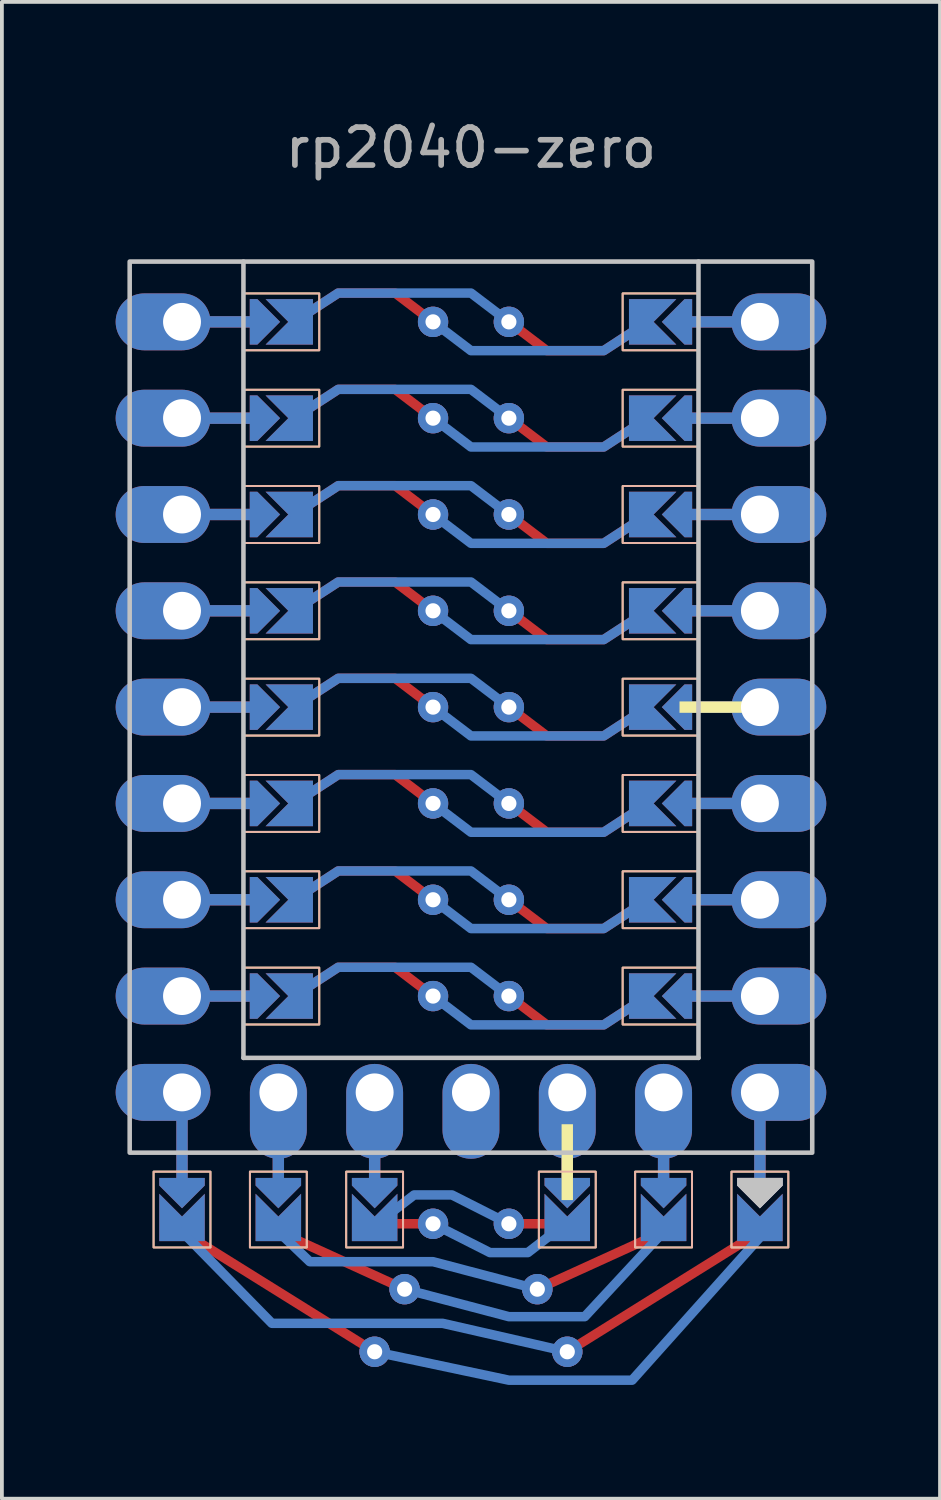
<source format=kicad_pcb>
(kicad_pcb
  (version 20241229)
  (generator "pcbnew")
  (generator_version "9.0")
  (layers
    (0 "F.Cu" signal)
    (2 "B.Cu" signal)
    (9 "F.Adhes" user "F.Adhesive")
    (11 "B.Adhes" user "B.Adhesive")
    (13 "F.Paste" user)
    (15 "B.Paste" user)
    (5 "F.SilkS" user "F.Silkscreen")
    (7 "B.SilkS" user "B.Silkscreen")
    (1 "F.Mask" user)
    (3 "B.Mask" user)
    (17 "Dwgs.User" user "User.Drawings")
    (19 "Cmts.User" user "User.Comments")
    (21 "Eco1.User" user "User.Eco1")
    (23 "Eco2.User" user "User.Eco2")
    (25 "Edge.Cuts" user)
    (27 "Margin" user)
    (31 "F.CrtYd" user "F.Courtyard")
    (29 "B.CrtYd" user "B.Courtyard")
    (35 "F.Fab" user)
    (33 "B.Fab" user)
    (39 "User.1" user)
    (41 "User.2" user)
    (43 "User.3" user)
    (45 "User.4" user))
  (footprint "rp2040-zero"
    (layer "F.Cu")
    (at 9.37 16.598)
    (property "Reference" "rp2040-zero" (at 0 -15.75 0) (unlocked yes) (layer "F.Fab") (effects (font (size 1 1) (thickness 0.15))))
    (attr through_hole)
    (fp_circle (center -2.54 16) (end -2.415 16) (stroke (width 0.25) (type solid)) (fill no) (layer "F.Mask"))
    (fp_circle (center -1.75 14.35) (end -1.625 14.35) (stroke (width 0.25) (type solid)) (fill no) (layer "F.Mask"))
    (fp_circle (center -1 -11.16) (end -0.875 -11.16) (stroke (width 0.25) (type solid)) (fill no) (layer "F.Mask"))
    (fp_circle (center -1 -8.62) (end -0.875 -8.62) (stroke (width 0.25) (type solid)) (fill no) (layer "F.Mask"))
    (fp_circle (center -1 -6.08) (end -0.875 -6.08) (stroke (width 0.25) (type solid)) (fill no) (layer "F.Mask"))
    (fp_circle (center -1 -3.54) (end -0.875 -3.54) (stroke (width 0.25) (type solid)) (fill no) (layer "F.Mask"))
    (fp_circle (center -1 -1) (end -0.875 -1) (stroke (width 0.25) (type solid)) (fill no) (layer "F.Mask"))
    (fp_circle (center -1 1.54) (end -0.875 1.54) (stroke (width 0.25) (type solid)) (fill no) (layer "F.Mask"))
    (fp_circle (center -1 4.08) (end -0.875 4.08) (stroke (width 0.25) (type solid)) (fill no) (layer "F.Mask"))
    (fp_circle (center -1 6.62) (end -0.875 6.62) (stroke (width 0.25) (type solid)) (fill no) (layer "F.Mask"))
    (fp_circle (center -1 12.625) (end -0.875 12.625) (stroke (width 0.25) (type solid)) (fill no) (layer "F.Mask"))
    (fp_circle (center 1 -11.16) (end 1.125 -11.16) (stroke (width 0.25) (type solid)) (fill no) (layer "F.Mask"))
    (fp_circle (center 1 -8.62) (end 1.125 -8.62) (stroke (width 0.25) (type solid)) (fill no) (layer "F.Mask"))
    (fp_circle (center 1 -6.08) (end 1.125 -6.08) (stroke (width 0.25) (type solid)) (fill no) (layer "F.Mask"))
    (fp_circle (center 1 -3.54) (end 1.125 -3.54) (stroke (width 0.25) (type solid)) (fill no) (layer "F.Mask"))
    (fp_circle (center 1 -1) (end 1.125 -1) (stroke (width 0.25) (type solid)) (fill no) (layer "F.Mask"))
    (fp_circle (center 1 1.54) (end 1.125 1.54) (stroke (width 0.25) (type solid)) (fill no) (layer "F.Mask"))
    (fp_circle (center 1 4.08) (end 1.125 4.08) (stroke (width 0.25) (type solid)) (fill no) (layer "F.Mask"))
    (fp_circle (center 1 6.62) (end 1.125 6.62) (stroke (width 0.25) (type solid)) (fill no) (layer "F.Mask"))
    (fp_circle (center 1 12.625) (end 1.125 12.625) (stroke (width 0.25) (type solid)) (fill no) (layer "F.Mask"))
    (fp_circle (center 1.75 14.35) (end 1.875 14.35) (stroke (width 0.25) (type solid)) (fill no) (layer "F.Mask"))
    (fp_circle (center 2.54 16) (end 2.665 16) (stroke (width 0.25) (type solid)) (fill no) (layer "F.Mask"))
    (fp_circle (center -2.54 16) (end -2.415 16) (stroke (width 0.25) (type solid)) (fill no) (layer "B.Mask"))
    (fp_circle (center -1.75 14.35) (end -1.625 14.35) (stroke (width 0.25) (type solid)) (fill no) (layer "B.Mask"))
    (fp_circle (center -1 -11.16) (end -0.875 -11.16) (stroke (width 0.25) (type solid)) (fill no) (layer "B.Mask"))
    (fp_circle (center -1 -8.62) (end -0.875 -8.62) (stroke (width 0.25) (type solid)) (fill no) (layer "B.Mask"))
    (fp_circle (center -1 -6.08) (end -0.875 -6.08) (stroke (width 0.25) (type solid)) (fill no) (layer "B.Mask"))
    (fp_circle (center -1 -3.54) (end -0.875 -3.54) (stroke (width 0.25) (type solid)) (fill no) (layer "B.Mask"))
    (fp_circle (center -1 -1) (end -0.875 -1) (stroke (width 0.25) (type solid)) (fill no) (layer "B.Mask"))
    (fp_circle (center -1 1.54) (end -0.875 1.54) (stroke (width 0.25) (type solid)) (fill no) (layer "B.Mask"))
    (fp_circle (center -1 4.08) (end -0.875 4.08) (stroke (width 0.25) (type solid)) (fill no) (layer "B.Mask"))
    (fp_circle (center -1 6.62) (end -0.875 6.62) (stroke (width 0.25) (type solid)) (fill no) (layer "B.Mask"))
    (fp_circle (center -1 12.625) (end -0.875 12.625) (stroke (width 0.25) (type solid)) (fill no) (layer "B.Mask"))
    (fp_circle (center 1 -11.16) (end 1.125 -11.16) (stroke (width 0.25) (type solid)) (fill no) (layer "B.Mask"))
    (fp_circle (center 1 -8.62) (end 1.125 -8.62) (stroke (width 0.25) (type solid)) (fill no) (layer "B.Mask"))
    (fp_circle (center 1 -6.08) (end 1.125 -6.08) (stroke (width 0.25) (type solid)) (fill no) (layer "B.Mask"))
    (fp_circle (center 1 -3.54) (end 1.125 -3.54) (stroke (width 0.25) (type solid)) (fill no) (layer "B.Mask"))
    (fp_circle (center 1 -1) (end 1.125 -1) (stroke (width 0.25) (type solid)) (fill no) (layer "B.Mask"))
    (fp_circle (center 1 1.54) (end 1.125 1.54) (stroke (width 0.25) (type solid)) (fill no) (layer "B.Mask"))
    (fp_circle (center 1 4.08) (end 1.125 4.08) (stroke (width 0.25) (type solid)) (fill no) (layer "B.Mask"))
    (fp_circle (center 1 6.62) (end 1.125 6.62) (stroke (width 0.25) (type solid)) (fill no) (layer "B.Mask"))
    (fp_circle (center 1 12.625) (end 1.125 12.625) (stroke (width 0.25) (type solid)) (fill no) (layer "B.Mask"))
    (fp_circle (center 1.75 14.35) (end 1.875 14.35) (stroke (width 0.25) (type solid)) (fill no) (layer "B.Mask"))
    (fp_circle (center 2.54 16) (end 2.665 16) (stroke (width 0.25) (type solid)) (fill no) (layer "B.Mask"))
    (fp_rect (start -6.87 11.25) (end -8.37 13.25) (stroke (width 0.05) (type solid)) (fill no) (layer "F.SilkS"))
    (fp_rect (start -6 -11.91) (end -4 -10.41) (stroke (width 0.05) (type solid)) (fill no) (layer "F.SilkS"))
    (fp_rect (start -6 -9.37) (end -4 -7.87) (stroke (width 0.05) (type solid)) (fill no) (layer "F.SilkS"))
    (fp_rect (start -6 -6.83) (end -4 -5.33) (stroke (width 0.05) (type solid)) (fill no) (layer "F.SilkS"))
    (fp_rect (start -6 -4.29) (end -4 -2.79) (stroke (width 0.05) (type solid)) (fill no) (layer "F.SilkS"))
    (fp_rect (start -6 -1.75) (end -4 -0.25) (stroke (width 0.05) (type solid)) (fill no) (layer "F.SilkS"))
    (fp_rect (start -6 0.79) (end -4 2.29) (stroke (width 0.05) (type solid)) (fill no) (layer "F.SilkS"))
    (fp_rect (start -6 3.33) (end -4 4.83) (stroke (width 0.05) (type solid)) (fill no) (layer "F.SilkS"))
    (fp_rect (start -6 5.87) (end -4 7.37) (stroke (width 0.05) (type solid)) (fill no) (layer "F.SilkS"))
    (fp_rect (start -4.33 11.25) (end -5.83 13.25) (stroke (width 0.05) (type solid)) (fill no) (layer "F.SilkS"))
    (fp_rect (start -1.79 11.25) (end -3.29 13.25) (stroke (width 0.05) (type solid)) (fill no) (layer "F.SilkS"))
    (fp_rect (start 3.29 11.25) (end 1.79 13.25) (stroke (width 0.05) (type solid)) (fill no) (layer "F.SilkS"))
    (fp_rect (start 5.83 11.25) (end 4.33 13.25) (stroke (width 0.05) (type solid)) (fill no) (layer "F.SilkS"))
    (fp_rect (start 6 -10.41) (end 4 -11.91) (stroke (width 0.05) (type solid)) (fill no) (layer "F.SilkS"))
    (fp_rect (start 6 -7.87) (end 4 -9.37) (stroke (width 0.05) (type solid)) (fill no) (layer "F.SilkS"))
    (fp_rect (start 6 -5.33) (end 4 -6.83) (stroke (width 0.05) (type solid)) (fill no) (layer "F.SilkS"))
    (fp_rect (start 6 -2.79) (end 4 -4.29) (stroke (width 0.05) (type solid)) (fill no) (layer "F.SilkS"))
    (fp_rect (start 6 -0.25) (end 4 -1.75) (stroke (width 0.05) (type solid)) (fill no) (layer "F.SilkS"))
    (fp_rect (start 6 2.29) (end 4 0.79) (stroke (width 0.05) (type solid)) (fill no) (layer "F.SilkS"))
    (fp_rect (start 6 4.83) (end 4 3.33) (stroke (width 0.05) (type solid)) (fill no) (layer "F.SilkS"))
    (fp_rect (start 6 7.37) (end 4 5.87) (stroke (width 0.05) (type solid)) (fill no) (layer "F.SilkS"))
    (fp_rect (start 8.37 11.25) (end 6.87 13.25) (stroke (width 0.05) (type solid)) (fill no) (layer "F.SilkS"))
    (fp_rect (start -6.87 11.25) (end -8.37 13.25) (stroke (width 0.05) (type solid)) (fill no) (layer "B.SilkS"))
    (fp_rect (start -6 -11.91) (end -4 -10.41) (stroke (width 0.05) (type solid)) (fill no) (layer "B.SilkS"))
    (fp_rect (start -6 -9.37) (end -4 -7.87) (stroke (width 0.05) (type solid)) (fill no) (layer "B.SilkS"))
    (fp_rect (start -6 -6.83) (end -4 -5.33) (stroke (width 0.05) (type solid)) (fill no) (layer "B.SilkS"))
    (fp_rect (start -6 -4.29) (end -4 -2.79) (stroke (width 0.05) (type solid)) (fill no) (layer "B.SilkS"))
    (fp_rect (start -6 -1.75) (end -4 -0.25) (stroke (width 0.05) (type solid)) (fill no) (layer "B.SilkS"))
    (fp_rect (start -6 0.79) (end -4 2.29) (stroke (width 0.05) (type solid)) (fill no) (layer "B.SilkS"))
    (fp_rect (start -6 3.33) (end -4 4.83) (stroke (width 0.05) (type solid)) (fill no) (layer "B.SilkS"))
    (fp_rect (start -6 5.87) (end -4 7.37) (stroke (width 0.05) (type solid)) (fill no) (layer "B.SilkS"))
    (fp_rect (start -4.33 11.25) (end -5.83 13.25) (stroke (width 0.05) (type solid)) (fill no) (layer "B.SilkS"))
    (fp_rect (start -1.79 11.25) (end -3.29 13.25) (stroke (width 0.05) (type solid)) (fill no) (layer "B.SilkS"))
    (fp_rect (start 3.29 11.25) (end 1.79 13.25) (stroke (width 0.05) (type solid)) (fill no) (layer "B.SilkS"))
    (fp_rect (start 5.83 11.25) (end 4.33 13.25) (stroke (width 0.05) (type solid)) (fill no) (layer "B.SilkS"))
    (fp_rect (start 6 -10.41) (end 4 -11.91) (stroke (width 0.05) (type solid)) (fill no) (layer "B.SilkS"))
    (fp_rect (start 6 -7.87) (end 4 -9.37) (stroke (width 0.05) (type solid)) (fill no) (layer "B.SilkS"))
    (fp_rect (start 6 -5.33) (end 4 -6.83) (stroke (width 0.05) (type solid)) (fill no) (layer "B.SilkS"))
    (fp_rect (start 6 -2.79) (end 4 -4.29) (stroke (width 0.05) (type solid)) (fill no) (layer "B.SilkS"))
    (fp_rect (start 6 -0.25) (end 4 -1.75) (stroke (width 0.05) (type solid)) (fill no) (layer "B.SilkS"))
    (fp_rect (start 6 2.29) (end 4 0.79) (stroke (width 0.05) (type solid)) (fill no) (layer "B.SilkS"))
    (fp_rect (start 6 4.83) (end 4 3.33) (stroke (width 0.05) (type solid)) (fill no) (layer "B.SilkS"))
    (fp_rect (start 6 7.37) (end 4 5.87) (stroke (width 0.05) (type solid)) (fill no) (layer "B.SilkS"))
    (fp_rect (start 8.37 11.25) (end 6.87 13.25) (stroke (width 0.05) (type solid)) (fill no) (layer "B.SilkS"))
    (fp_line (start -6 -12.75) (end -6 8.25) (stroke (width 0.12) (type solid)) (layer "Dwgs.User"))
    (fp_line (start -6 8.25) (end 6 8.25) (stroke (width 0.12) (type solid)) (layer "Dwgs.User"))
    (fp_line (start 6 8.25) (end 6 -12.75) (stroke (width 0.12) (type solid)) (layer "Dwgs.User"))
    (fp_rect (start -9 -12.75) (end 9 10.75) (stroke (width 0.12) (type solid)) (fill no) (layer "Dwgs.User"))
    (pad "1" smd custom (at -4.417 -11.16 90) (size 1.2 0.5) (layers "F.Cu" "F.Mask") (options (anchor rect)) (primitives (gr_poly (pts (xy 0.6 0) (xy -0.6 0) (xy -0.6 -1) (xy 0 -0.4) (xy 0.6 -1)) (width 0) (fill yes))))
    (pad "1" thru_hole circle (at -1 -11.16 180) (size 0.8 0.8) (drill 0.4) (layers "*.Cu"))
    (pad "1" smd custom (at -1 -11.16) (size 0.8 0.8) (layers "F.Cu") (options (anchor circle)) (primitives (gr_line (start 0 0) (end -1 -0.76) (width 0.25)) (gr_line (start -1 -0.76) (end -2.5 -0.76) (width 0.25)) (gr_line (start -2.5 -0.76) (end -3.667 0) (width 0.25))))
    (pad "1" smd custom (at -1 -11.16 180) (size 0.8 0.8) (layers "B.Cu") (options (anchor circle)) (primitives (gr_line (start 0 0) (end -1 -0.76) (width 0.25)) (gr_line (start -1 -0.76) (end -4.5 -0.76) (width 0.25)) (gr_line (start -4.5 -0.76) (end -5.667 0) (width 0.25))))
    (pad "1" smd custom (at 4.417 -11.16 270) (size 1.2 0.5) (layers "B.Cu" "B.Mask") (options (anchor rect)) (primitives (gr_poly (pts (xy 0.6 0) (xy -0.6 0) (xy -0.6 -1) (xy 0 -0.4) (xy 0.6 -1)) (width 0) (fill yes))))
    (pad "2" smd custom (at -4.417 -8.62 90) (size 1.2 0.5) (layers "F.Cu" "F.Mask") (options (anchor rect)) (primitives (gr_poly (pts (xy 0.6 0) (xy -0.6 0) (xy -0.6 -1) (xy 0 -0.4) (xy 0.6 -1)) (width 0) (fill yes))))
    (pad "2" thru_hole circle (at -1 -8.62 180) (size 0.8 0.8) (drill 0.4) (layers "*.Cu"))
    (pad "2" smd custom (at -1 -8.62) (size 0.8 0.8) (layers "F.Cu") (options (anchor circle)) (primitives (gr_line (start 0 0) (end -1 -0.76) (width 0.25)) (gr_line (start -1 -0.76) (end -2.5 -0.76) (width 0.25)) (gr_line (start -2.5 -0.76) (end -3.667 0) (width 0.25))))
    (pad "2" smd custom (at -1 -8.62 180) (size 0.8 0.8) (layers "B.Cu") (options (anchor circle)) (primitives (gr_line (start 0 0) (end -1 -0.76) (width 0.25)) (gr_line (start -1 -0.76) (end -4.5 -0.76) (width 0.25)) (gr_line (start -4.5 -0.76) (end -5.667 0) (width 0.25))))
    (pad "2" smd custom (at 4.417 -8.62 270) (size 1.2 0.5) (layers "B.Cu" "B.Mask") (options (anchor rect)) (primitives (gr_poly (pts (xy 0.6 0) (xy -0.6 0) (xy -0.6 -1) (xy 0 -0.4) (xy 0.6 -1)) (width 0) (fill yes))))
    (pad "3" smd custom (at -4.417 -6.08 90) (size 1.2 0.5) (layers "F.Cu" "F.Mask") (options (anchor rect)) (primitives (gr_poly (pts (xy 0.6 0) (xy -0.6 0) (xy -0.6 -1) (xy 0 -0.4) (xy 0.6 -1)) (width 0) (fill yes))))
    (pad "3" thru_hole circle (at -1 -6.08 180) (size 0.8 0.8) (drill 0.4) (layers "*.Cu"))
    (pad "3" smd custom (at -1 -6.08) (size 0.8 0.8) (layers "F.Cu") (options (anchor circle)) (primitives (gr_line (start 0 0) (end -1 -0.76) (width 0.25)) (gr_line (start -1 -0.76) (end -2.5 -0.76) (width 0.25)) (gr_line (start -2.5 -0.76) (end -3.667 0) (width 0.25))))
    (pad "3" smd custom (at -1 -6.08 180) (size 0.8 0.8) (layers "B.Cu") (options (anchor circle)) (primitives (gr_line (start 0 0) (end -1 -0.76) (width 0.25)) (gr_line (start -1 -0.76) (end -4.5 -0.76) (width 0.25)) (gr_line (start -4.5 -0.76) (end -5.667 0) (width 0.25))))
    (pad "3" smd custom (at 4.417 -6.08 270) (size 1.2 0.5) (layers "B.Cu" "B.Mask") (options (anchor rect)) (primitives (gr_poly (pts (xy 0.6 0) (xy -0.6 0) (xy -0.6 -1) (xy 0 -0.4) (xy 0.6 -1)) (width 0) (fill yes))))
    (pad "4" smd custom (at -4.417 -3.54 90) (size 1.2 0.5) (layers "F.Cu" "F.Mask") (options (anchor rect)) (primitives (gr_poly (pts (xy 0.6 0) (xy -0.6 0) (xy -0.6 -1) (xy 0 -0.4) (xy 0.6 -1)) (width 0) (fill yes))))
    (pad "4" thru_hole circle (at -1 -3.54 180) (size 0.8 0.8) (drill 0.4) (layers "*.Cu"))
    (pad "4" smd custom (at -1 -3.54) (size 0.8 0.8) (layers "F.Cu") (options (anchor circle)) (primitives (gr_line (start 0 0) (end -1 -0.76) (width 0.25)) (gr_line (start -1 -0.76) (end -2.5 -0.76) (width 0.25)) (gr_line (start -2.5 -0.76) (end -3.667 0) (width 0.25))))
    (pad "4" smd custom (at -1 -3.54 180) (size 0.8 0.8) (layers "B.Cu") (options (anchor circle)) (primitives (gr_line (start 0 0) (end -1 -0.76) (width 0.25)) (gr_line (start -1 -0.76) (end -4.5 -0.76) (width 0.25)) (gr_line (start -4.5 -0.76) (end -5.667 0) (width 0.25))))
    (pad "4" smd custom (at 4.417 -3.54 270) (size 1.2 0.5) (layers "B.Cu" "B.Mask") (options (anchor rect)) (primitives (gr_poly (pts (xy 0.6 0) (xy -0.6 0) (xy -0.6 -1) (xy 0 -0.4) (xy 0.6 -1)) (width 0) (fill yes))))
    (pad "5" smd custom (at -4.417 -1 90) (size 1.2 0.5) (layers "F.Cu" "F.Mask") (options (anchor rect)) (primitives (gr_poly (pts (xy 0.6 0) (xy -0.6 0) (xy -0.6 -1) (xy 0 -0.4) (xy 0.6 -1)) (width 0) (fill yes))))
    (pad "5" thru_hole circle (at -1 -1 180) (size 0.8 0.8) (drill 0.4) (layers "*.Cu"))
    (pad "5" smd custom (at -1 -1) (size 0.8 0.8) (layers "F.Cu") (options (anchor circle)) (primitives (gr_line (start 0 0) (end -1 -0.76) (width 0.25)) (gr_line (start -1 -0.76) (end -2.5 -0.76) (width 0.25)) (gr_line (start -2.5 -0.76) (end -3.667 0) (width 0.25))))
    (pad "5" smd custom (at -1 -1 180) (size 0.8 0.8) (layers "B.Cu") (options (anchor circle)) (primitives (gr_line (start 0 0) (end -1 -0.76) (width 0.25)) (gr_line (start -1 -0.76) (end -4.5 -0.76) (width 0.25)) (gr_line (start -4.5 -0.76) (end -5.667 0) (width 0.25))))
    (pad "5" smd custom (at 4.417 -1 270) (size 1.2 0.5) (layers "B.Cu" "B.Mask") (options (anchor rect)) (primitives (gr_poly (pts (xy 0.6 0) (xy -0.6 0) (xy -0.6 -1) (xy 0 -0.4) (xy 0.6 -1)) (width 0) (fill yes))))
    (pad "6" smd custom (at -4.417 1.54 90) (size 1.2 0.5) (layers "F.Cu" "F.Mask") (options (anchor rect)) (primitives (gr_poly (pts (xy 0.6 0) (xy -0.6 0) (xy -0.6 -1) (xy 0 -0.4) (xy 0.6 -1)) (width 0) (fill yes))))
    (pad "6" thru_hole circle (at -1 1.54 180) (size 0.8 0.8) (drill 0.4) (layers "*.Cu"))
    (pad "6" smd custom (at -1 1.54) (size 0.8 0.8) (layers "F.Cu") (options (anchor circle)) (primitives (gr_line (start 0 0) (end -1 -0.76) (width 0.25)) (gr_line (start -1 -0.76) (end -2.5 -0.76) (width 0.25)) (gr_line (start -2.5 -0.76) (end -3.667 0) (width 0.25))))
    (pad "6" smd custom (at -1 1.54 180) (size 0.8 0.8) (layers "B.Cu") (options (anchor circle)) (primitives (gr_line (start 0 0) (end -1 -0.76) (width 0.25)) (gr_line (start -1 -0.76) (end -4.5 -0.76) (width 0.25)) (gr_line (start -4.5 -0.76) (end -5.667 0) (width 0.25))))
    (pad "6" smd custom (at 4.417 1.54 270) (size 1.2 0.5) (layers "B.Cu" "B.Mask") (options (anchor rect)) (primitives (gr_poly (pts (xy 0.6 0) (xy -0.6 0) (xy -0.6 -1) (xy 0 -0.4) (xy 0.6 -1)) (width 0) (fill yes))))
    (pad "7" smd custom (at -4.417 4.08 90) (size 1.2 0.5) (layers "F.Cu" "F.Mask") (options (anchor rect)) (primitives (gr_poly (pts (xy 0.6 0) (xy -0.6 0) (xy -0.6 -1) (xy 0 -0.4) (xy 0.6 -1)) (width 0) (fill yes))))
    (pad "7" thru_hole circle (at -1 4.08 180) (size 0.8 0.8) (drill 0.4) (layers "*.Cu"))
    (pad "7" smd custom (at -1 4.08) (size 0.8 0.8) (layers "F.Cu") (options (anchor circle)) (primitives (gr_line (start 0 0) (end -1 -0.76) (width 0.25)) (gr_line (start -1 -0.76) (end -2.5 -0.76) (width 0.25)) (gr_line (start -2.5 -0.76) (end -3.667 0) (width 0.25))))
    (pad "7" smd custom (at -1 4.08 180) (size 0.8 0.8) (layers "B.Cu") (options (anchor circle)) (primitives (gr_line (start 0 0) (end -1 -0.76) (width 0.25)) (gr_line (start -1 -0.76) (end -4.5 -0.76) (width 0.25)) (gr_line (start -4.5 -0.76) (end -5.667 0) (width 0.25))))
    (pad "7" smd custom (at 4.417 4.08 270) (size 1.2 0.5) (layers "B.Cu" "B.Mask") (options (anchor rect)) (primitives (gr_poly (pts (xy 0.6 0) (xy -0.6 0) (xy -0.6 -1) (xy 0 -0.4) (xy 0.6 -1)) (width 0) (fill yes))))
    (pad "8" smd custom (at -4.417 6.62 90) (size 1.2 0.5) (layers "F.Cu" "F.Mask") (options (anchor rect)) (primitives (gr_poly (pts (xy 0.6 0) (xy -0.6 0) (xy -0.6 -1) (xy 0 -0.4) (xy 0.6 -1)) (width 0) (fill yes))))
    (pad "8" thru_hole circle (at -1 6.62 180) (size 0.8 0.8) (drill 0.4) (layers "*.Cu"))
    (pad "8" smd custom (at -1 6.62) (size 0.8 0.8) (layers "F.Cu") (options (anchor circle)) (primitives (gr_line (start 0 0) (end -1 -0.76) (width 0.25)) (gr_line (start -1 -0.76) (end -2.5 -0.76) (width 0.25)) (gr_line (start -2.5 -0.76) (end -3.667 0) (width 0.25))))
    (pad "8" smd custom (at -1 6.62 180) (size 0.8 0.8) (layers "B.Cu") (options (anchor circle)) (primitives (gr_line (start 0 0) (end -1 -0.76) (width 0.25)) (gr_line (start -1 -0.76) (end -4.5 -0.76) (width 0.25)) (gr_line (start -4.5 -0.76) (end -5.667 0) (width 0.25))))
    (pad "8" smd custom (at 4.417 6.62 270) (size 1.2 0.5) (layers "B.Cu" "B.Mask") (options (anchor rect)) (primitives (gr_poly (pts (xy 0.6 0) (xy -0.6 0) (xy -0.6 -1) (xy 0 -0.4) (xy 0.6 -1)) (width 0) (fill yes))))
    (pad "9" smd custom (at -7.62 12.833) (size 1.2 0.5) (layers "F.Cu" "F.Mask") (options (anchor rect)) (primitives (gr_poly (pts (xy 0.6 0) (xy -0.6 0) (xy -0.6 -1) (xy 0 -0.4) (xy 0.6 -1)) (width 0) (fill yes))))
    (pad "9" thru_hole circle (at -2.54 16 180) (size 0.8 0.8) (drill 0.4) (layers "*.Cu"))
    (pad "9" smd custom (at -2.54 16 180) (size 0.8 0.8) (layers "F.Cu") (options (anchor circle)) (primitives (gr_line (start 5.08 3.167) (end 0 0) (width 0.25))))
    (pad "9" smd custom (at -2.54 16 180) (size 0.8 0.8) (layers "B.Cu") (options (anchor circle)) (primitives (gr_line (start 0 0) (end -3.54 -0.75) (width 0.25)) (gr_line (start -3.54 -0.75) (end -6.79 -0.75) (width 0.25)) (gr_line (start -6.79 -0.75) (end -10.16 3.017) (width 0.25))))
    (pad "9" smd custom (at 7.62 12.833) (size 1.2 0.5) (layers "B.Cu" "B.Mask") (options (anchor rect)) (primitives (gr_poly (pts (xy 0.6 0) (xy -0.6 0) (xy -0.6 -1) (xy 0 -0.4) (xy 0.6 -1)) (width 0) (fill yes))))
    (pad "10" smd custom (at -5.08 12.833) (size 1.2 0.5) (layers "F.Cu" "F.Mask") (options (anchor rect)) (primitives (gr_poly (pts (xy 0.6 0) (xy -0.6 0) (xy -0.6 -1) (xy 0 -0.4) (xy 0.6 -1)) (width 0) (fill yes))))
    (pad "10" thru_hole circle (at -1.75 14.35 180) (size 0.8 0.8) (drill 0.4) (layers "*.Cu"))
    (pad "10" smd custom (at -1.75 14.35 180) (size 0.8 0.8) (layers "F.Cu") (options (anchor circle)) (primitives (gr_line (start 3.33 1.517) (end 0 0) (width 0.25))))
    (pad "10" smd custom (at -1.75 14.35 180) (size 0.8 0.8) (layers "B.Cu") (options (anchor circle)) (primitives (gr_line (start 0 0) (end -2.75 -0.725) (width 0.25)) (gr_line (start -2.75 -0.725) (end -4.75 -0.725) (width 0.25)) (gr_line (start -4.75 -0.725) (end -6.83 1.517) (width 0.25))))
    (pad "10" smd custom (at 5.08 12.833) (size 1.2 0.5) (layers "B.Cu" "B.Mask") (options (anchor rect)) (primitives (gr_poly (pts (xy 0.6 0) (xy -0.6 0) (xy -0.6 -1) (xy 0 -0.4) (xy 0.6 -1)) (width 0) (fill yes))))
    (pad "11" smd custom (at -2.54 12.833) (size 1.2 0.5) (layers "F.Cu" "F.Mask") (options (anchor rect)) (primitives (gr_poly (pts (xy 0.6 0) (xy -0.6 0) (xy -0.6 -1) (xy 0 -0.4) (xy 0.6 -1)) (width 0) (fill yes))))
    (pad "11" thru_hole circle (at -1 12.625 180) (size 0.8 0.8) (drill 0.4) (layers "*.Cu"))
    (pad "11" smd custom (at -1 12.625) (size 0.8 0.8) (layers "F.Cu") (options (anchor circle)) (primitives (gr_line (start 0 0) (end -1.75 0) (width 0.25))))
    (pad "11" smd custom (at -1 12.625 180) (size 0.8 0.8) (layers "B.Cu") (options (anchor circle)) (primitives (gr_line (start 0 0) (end -1.5 -0.76) (width 0.25)) (gr_line (start -1.5 -0.76) (end -2.5 -0.76) (width 0.25)) (gr_line (start -2.5 -0.76) (end -3.54 0.042) (width 0.25))))
    (pad "11" smd custom (at 2.54 12.833) (size 1.2 0.5) (layers "B.Cu" "B.Mask") (options (anchor rect)) (primitives (gr_poly (pts (xy 0.6 0) (xy -0.6 0) (xy -0.6 -1) (xy 0 -0.4) (xy 0.6 -1)) (width 0) (fill yes))))
    (pad "12" thru_hole oval (at 0 9.16 90) (size 2.5 1.5) (drill 1 (offset -0.5 0)) (layers "*.Cu" "*.Mask"))
    (pad "13" smd custom (at -2.54 12.833) (size 1.2 0.5) (layers "B.Cu" "B.Mask") (options (anchor rect)) (primitives (gr_poly (pts (xy 0.6 0) (xy -0.6 0) (xy -0.6 -1) (xy 0 -0.4) (xy 0.6 -1)) (width 0) (fill yes))))
    (pad "13" thru_hole circle (at 1 12.625 180) (size 0.8 0.8) (drill 0.4) (layers "*.Cu"))
    (pad "13" smd custom (at 1 12.625 180) (size 0.8 0.8) (layers "F.Cu") (options (anchor circle)) (primitives (gr_line (start 0 0) (end -1.75 0) (width 0.25))))
    (pad "13" smd custom (at 1 12.625) (size 0.8 0.8) (layers "B.Cu") (options (anchor circle)) (primitives (gr_line (start 0 0) (end -1.5 -0.76) (width 0.25)) (gr_line (start -1.5 -0.76) (end -2.5 -0.76) (width 0.25)) (gr_line (start -2.5 -0.76) (end -3.54 0.042) (width 0.25))))
    (pad "13" smd custom (at 2.54 12.833) (size 1.2 0.5) (layers "F.Cu" "F.Mask") (options (anchor rect)) (primitives (gr_poly (pts (xy 0.6 0) (xy -0.6 0) (xy -0.6 -1) (xy 0 -0.4) (xy 0.6 -1)) (width 0) (fill yes))))
    (pad "14" smd custom (at -5.08 12.833) (size 1.2 0.5) (layers "B.Cu" "B.Mask") (options (anchor rect)) (primitives (gr_poly (pts (xy 0.6 0) (xy -0.6 0) (xy -0.6 -1) (xy 0 -0.4) (xy 0.6 -1)) (width 0) (fill yes))))
    (pad "14" thru_hole circle (at 1.75 14.35 180) (size 0.8 0.8) (drill 0.4) (layers "*.Cu"))
    (pad "14" smd custom (at 1.75 14.35 180) (size 0.8 0.8) (layers "F.Cu") (options (anchor circle)) (primitives (gr_line (start 0 0) (end -3.33 1.517) (width 0.25))))
    (pad "14" smd custom (at 1.75 14.35) (size 0.8 0.8) (layers "B.Cu") (options (anchor circle)) (primitives (gr_line (start 0 0) (end -2.75 -0.725) (width 0.25)) (gr_line (start -2.75 -0.725) (end -6 -0.725) (width 0.25)) (gr_line (start -6 -0.725) (end -6.83 -1.517) (width 0.25))))
    (pad "14" smd custom (at 5.08 12.833) (size 1.2 0.5) (layers "F.Cu" "F.Mask") (options (anchor rect)) (primitives (gr_poly (pts (xy 0.6 0) (xy -0.6 0) (xy -0.6 -1) (xy 0 -0.4) (xy 0.6 -1)) (width 0) (fill yes))))
    (pad "15" smd custom (at -7.62 12.833) (size 1.2 0.5) (layers "B.Cu" "B.Mask") (options (anchor rect)) (primitives (gr_poly (pts (xy 0.6 0) (xy -0.6 0) (xy -0.6 -1) (xy 0 -0.4) (xy 0.6 -1)) (width 0) (fill yes))))
    (pad "15" thru_hole circle (at 2.54 16 180) (size 0.8 0.8) (drill 0.4) (layers "*.Cu"))
    (pad "15" smd custom (at 2.54 16 180) (size 0.8 0.8) (layers "F.Cu") (options (anchor circle)) (primitives (gr_line (start 0 0) (end -5.08 3.167) (width 0.25))))
    (pad "15" smd custom (at 2.54 16) (size 0.8 0.8) (layers "B.Cu") (options (anchor circle)) (primitives (gr_line (start 0 0) (end -3.29 -0.75) (width 0.25)) (gr_line (start -3.29 -0.75) (end -7.79 -0.75) (width 0.25)) (gr_line (start -7.79 -0.75) (end -10.16 -3.167) (width 0.25))))
    (pad "15" smd custom (at 7.62 12.833) (size 1.2 0.5) (layers "F.Cu" "F.Mask") (options (anchor rect)) (primitives (gr_poly (pts (xy 0.6 0) (xy -0.6 0) (xy -0.6 -1) (xy 0 -0.4) (xy 0.6 -1)) (width 0) (fill yes))))
    (pad "16" smd custom (at -4.417 6.62 90) (size 1.2 0.5) (layers "B.Cu" "B.Mask") (options (anchor rect)) (primitives (gr_poly (pts (xy 0.6 0) (xy -0.6 0) (xy -0.6 -1) (xy 0 -0.4) (xy 0.6 -1)) (width 0) (fill yes))))
    (pad "16" thru_hole circle (at 1 6.62 180) (size 0.8 0.8) (drill 0.4) (layers "*.Cu"))
    (pad "16" smd custom (at 1 6.62 180) (size 0.8 0.8) (layers "F.Cu") (options (anchor circle)) (primitives (gr_line (start 0 0) (end -1 -0.76) (width 0.25)) (gr_line (start -1 -0.76) (end -2.5 -0.76) (width 0.25)) (gr_line (start -2.5 -0.76) (end -3.667 0) (width 0.25))))
    (pad "16" smd custom (at 1 6.62) (size 0.8 0.8) (layers "B.Cu") (options (anchor circle)) (primitives (gr_line (start 0 0) (end -1 -0.76) (width 0.25)) (gr_line (start -1 -0.76) (end -4.5 -0.76) (width 0.25)) (gr_line (start -4.5 -0.76) (end -5.667 0) (width 0.25))))
    (pad "16" smd custom (at 4.417 6.62 270) (size 1.2 0.5) (layers "F.Cu" "F.Mask") (options (anchor rect)) (primitives (gr_poly (pts (xy 0.6 0) (xy -0.6 0) (xy -0.6 -1) (xy 0 -0.4) (xy 0.6 -1)) (width 0) (fill yes))))
    (pad "17" smd custom (at -4.417 4.08 90) (size 1.2 0.5) (layers "B.Cu" "B.Mask") (options (anchor rect)) (primitives (gr_poly (pts (xy 0.6 0) (xy -0.6 0) (xy -0.6 -1) (xy 0 -0.4) (xy 0.6 -1)) (width 0) (fill yes))))
    (pad "17" thru_hole circle (at 1 4.08 180) (size 0.8 0.8) (drill 0.4) (layers "*.Cu"))
    (pad "17" smd custom (at 1 4.08 180) (size 0.8 0.8) (layers "F.Cu") (options (anchor circle)) (primitives (gr_line (start 0 0) (end -1 -0.76) (width 0.25)) (gr_line (start -1 -0.76) (end -2.5 -0.76) (width 0.25)) (gr_line (start -2.5 -0.76) (end -3.667 0) (width 0.25))))
    (pad "17" smd custom (at 1 4.08) (size 0.8 0.8) (layers "B.Cu") (options (anchor circle)) (primitives (gr_line (start 0 0) (end -1 -0.76) (width 0.25)) (gr_line (start -1 -0.76) (end -4.5 -0.76) (width 0.25)) (gr_line (start -4.5 -0.76) (end -5.667 0) (width 0.25))))
    (pad "17" smd custom (at 4.417 4.08 270) (size 1.2 0.5) (layers "F.Cu" "F.Mask") (options (anchor rect)) (primitives (gr_poly (pts (xy 0.6 0) (xy -0.6 0) (xy -0.6 -1) (xy 0 -0.4) (xy 0.6 -1)) (width 0) (fill yes))))
    (pad "18" smd custom (at -4.417 1.54 90) (size 1.2 0.5) (layers "B.Cu" "B.Mask") (options (anchor rect)) (primitives (gr_poly (pts (xy 0.6 0) (xy -0.6 0) (xy -0.6 -1) (xy 0 -0.4) (xy 0.6 -1)) (width 0) (fill yes))))
    (pad "18" thru_hole circle (at 1 1.54 180) (size 0.8 0.8) (drill 0.4) (layers "*.Cu"))
    (pad "18" smd custom (at 1 1.54 180) (size 0.8 0.8) (layers "F.Cu") (options (anchor circle)) (primitives (gr_line (start 0 0) (end -1 -0.76) (width 0.25)) (gr_line (start -1 -0.76) (end -2.5 -0.76) (width 0.25)) (gr_line (start -2.5 -0.76) (end -3.667 0) (width 0.25))))
    (pad "18" smd custom (at 1 1.54) (size 0.8 0.8) (layers "B.Cu") (options (anchor circle)) (primitives (gr_line (start 0 0) (end -1 -0.76) (width 0.25)) (gr_line (start -1 -0.76) (end -4.5 -0.76) (width 0.25)) (gr_line (start -4.5 -0.76) (end -5.667 0) (width 0.25))))
    (pad "18" smd custom (at 4.417 1.54 270) (size 1.2 0.5) (layers "F.Cu" "F.Mask") (options (anchor rect)) (primitives (gr_poly (pts (xy 0.6 0) (xy -0.6 0) (xy -0.6 -1) (xy 0 -0.4) (xy 0.6 -1)) (width 0) (fill yes))))
    (pad "19" smd custom (at -4.417 -1 90) (size 1.2 0.5) (layers "B.Cu" "B.Mask") (options (anchor rect)) (primitives (gr_poly (pts (xy 0.6 0) (xy -0.6 0) (xy -0.6 -1) (xy 0 -0.4) (xy 0.6 -1)) (width 0) (fill yes))))
    (pad "19" thru_hole circle (at 1 -1 180) (size 0.8 0.8) (drill 0.4) (layers "*.Cu"))
    (pad "19" smd custom (at 1 -1 180) (size 0.8 0.8) (layers "F.Cu") (options (anchor circle)) (primitives (gr_line (start 0 0) (end -1 -0.76) (width 0.25)) (gr_line (start -1 -0.76) (end -2.5 -0.76) (width 0.25)) (gr_line (start -2.5 -0.76) (end -3.667 0) (width 0.25))))
    (pad "19" smd custom (at 1 -1) (size 0.8 0.8) (layers "B.Cu") (options (anchor circle)) (primitives (gr_line (start 0 0) (end -1 -0.76) (width 0.25)) (gr_line (start -1 -0.76) (end -4.5 -0.76) (width 0.25)) (gr_line (start -4.5 -0.76) (end -5.667 0) (width 0.25))))
    (pad "19" smd custom (at 4.417 -1 270) (size 1.2 0.5) (layers "F.Cu" "F.Mask") (options (anchor rect)) (primitives (gr_poly (pts (xy 0.6 0) (xy -0.6 0) (xy -0.6 -1) (xy 0 -0.4) (xy 0.6 -1)) (width 0) (fill yes))))
    (pad "20" smd custom (at -4.417 -3.54 90) (size 1.2 0.5) (layers "B.Cu" "B.Mask") (options (anchor rect)) (primitives (gr_poly (pts (xy 0.6 0) (xy -0.6 0) (xy -0.6 -1) (xy 0 -0.4) (xy 0.6 -1)) (width 0) (fill yes))))
    (pad "20" thru_hole circle (at 1 -3.54 180) (size 0.8 0.8) (drill 0.4) (layers "*.Cu"))
    (pad "20" smd custom (at 1 -3.54 180) (size 0.8 0.8) (layers "F.Cu") (options (anchor circle)) (primitives (gr_line (start 0 0) (end -1 -0.76) (width 0.25)) (gr_line (start -1 -0.76) (end -2.5 -0.76) (width 0.25)) (gr_line (start -2.5 -0.76) (end -3.667 0) (width 0.25))))
    (pad "20" smd custom (at 1 -3.54) (size 0.8 0.8) (layers "B.Cu") (options (anchor circle)) (primitives (gr_line (start 0 0) (end -1 -0.76) (width 0.25)) (gr_line (start -1 -0.76) (end -4.5 -0.76) (width 0.25)) (gr_line (start -4.5 -0.76) (end -5.667 0) (width 0.25))))
    (pad "20" smd custom (at 4.417 -3.54 270) (size 1.2 0.5) (layers "F.Cu" "F.Mask") (options (anchor rect)) (primitives (gr_poly (pts (xy 0.6 0) (xy -0.6 0) (xy -0.6 -1) (xy 0 -0.4) (xy 0.6 -1)) (width 0) (fill yes))))
    (pad "21" smd custom (at -4.417 -6.08 90) (size 1.2 0.5) (layers "B.Cu" "B.Mask") (options (anchor rect)) (primitives (gr_poly (pts (xy 0.6 0) (xy -0.6 0) (xy -0.6 -1) (xy 0 -0.4) (xy 0.6 -1)) (width 0) (fill yes))))
    (pad "21" thru_hole circle (at 1 -6.08 180) (size 0.8 0.8) (drill 0.4) (layers "*.Cu"))
    (pad "21" smd custom (at 1 -6.08 180) (size 0.8 0.8) (layers "F.Cu") (options (anchor circle)) (primitives (gr_line (start 0 0) (end -1 -0.76) (width 0.25)) (gr_line (start -1 -0.76) (end -2.5 -0.76) (width 0.25)) (gr_line (start -2.5 -0.76) (end -3.667 0) (width 0.25))))
    (pad "21" smd custom (at 1 -6.08) (size 0.8 0.8) (layers "B.Cu") (options (anchor circle)) (primitives (gr_line (start 0 0) (end -1 -0.76) (width 0.25)) (gr_line (start -1 -0.76) (end -4.5 -0.76) (width 0.25)) (gr_line (start -4.5 -0.76) (end -5.667 0) (width 0.25))))
    (pad "21" smd custom (at 4.417 -6.08 270) (size 1.2 0.5) (layers "F.Cu" "F.Mask") (options (anchor rect)) (primitives (gr_poly (pts (xy 0.6 0) (xy -0.6 0) (xy -0.6 -1) (xy 0 -0.4) (xy 0.6 -1)) (width 0) (fill yes))))
    (pad "22" smd custom (at -4.417 -8.62 90) (size 1.2 0.5) (layers "B.Cu" "B.Mask") (options (anchor rect)) (primitives (gr_poly (pts (xy 0.6 0) (xy -0.6 0) (xy -0.6 -1) (xy 0 -0.4) (xy 0.6 -1)) (width 0) (fill yes))))
    (pad "22" thru_hole circle (at 1 -8.62 180) (size 0.8 0.8) (drill 0.4) (layers "*.Cu"))
    (pad "22" smd custom (at 1 -8.62 180) (size 0.8 0.8) (layers "F.Cu") (options (anchor circle)) (primitives (gr_line (start 0 0) (end -1 -0.76) (width 0.25)) (gr_line (start -1 -0.76) (end -2.5 -0.76) (width 0.25)) (gr_line (start -2.5 -0.76) (end -3.667 0) (width 0.25))))
    (pad "22" smd custom (at 1 -8.62) (size 0.8 0.8) (layers "B.Cu") (options (anchor circle)) (primitives (gr_line (start 0 0) (end -1 -0.76) (width 0.25)) (gr_line (start -1 -0.76) (end -4.5 -0.76) (width 0.25)) (gr_line (start -4.5 -0.76) (end -5.667 0) (width 0.25))))
    (pad "22" smd custom (at 4.417 -8.62 270) (size 1.2 0.5) (layers "F.Cu" "F.Mask") (options (anchor rect)) (primitives (gr_poly (pts (xy 0.6 0) (xy -0.6 0) (xy -0.6 -1) (xy 0 -0.4) (xy 0.6 -1)) (width 0) (fill yes))))
    (pad "23" smd custom (at -4.417 -11.16 90) (size 1.2 0.5) (layers "B.Cu" "B.Mask") (options (anchor rect)) (primitives (gr_poly (pts (xy 0.6 0) (xy -0.6 0) (xy -0.6 -1) (xy 0 -0.4) (xy 0.6 -1)) (width 0) (fill yes))))
    (pad "23" thru_hole circle (at 1 -11.16 180) (size 0.8 0.8) (drill 0.4) (layers "*.Cu"))
    (pad "23" smd custom (at 1 -11.16 180) (size 0.8 0.8) (layers "F.Cu") (options (anchor circle)) (primitives (gr_line (start 0 0) (end -1 -0.76) (width 0.25)) (gr_line (start -1 -0.76) (end -2.5 -0.76) (width 0.25)) (gr_line (start -2.5 -0.76) (end -3.667 0) (width 0.25))))
    (pad "23" smd custom (at 1 -11.16) (size 0.8 0.8) (layers "B.Cu") (options (anchor circle)) (primitives (gr_line (start 0 0) (end -1 -0.76) (width 0.25)) (gr_line (start -1 -0.76) (end -4.5 -0.76) (width 0.25)) (gr_line (start -4.5 -0.76) (end -5.667 0) (width 0.25))))
    (pad "23" smd custom (at 4.417 -11.16 270) (size 1.2 0.5) (layers "F.Cu" "F.Mask") (options (anchor rect)) (primitives (gr_poly (pts (xy 0.6 0) (xy -0.6 0) (xy -0.6 -1) (xy 0 -0.4) (xy 0.6 -1)) (width 0) (fill yes))))
    (pad "a" thru_hole oval (at -7.62 -11.16) (size 2.5 1.5) (drill 1 (offset -0.5 0)) (layers "*.Cu" "*.Mask"))
    (pad "a" smd rect (at -6.5 -11.16) (size 2 0.3) (layers "F.Cu"))
    (pad "a" smd rect (at -6.5 -11.16) (size 2 0.3) (layers "B.Cu"))
    (pad "a" smd custom (at -5.433 -11.16 90) (size 0.1 0.1) (layers "F.Cu" "F.Mask") (options (anchor rect)) (primitives (gr_poly (pts (xy 0.6 -0.4) (xy -0.6 -0.4) (xy -0.6 -0.2) (xy 0 0.4) (xy 0.6 -0.2)) (width 0) (fill yes))))
    (pad "a" smd custom (at -5.433 -11.16 90) (size 0.1 0.1) (layers "B.Cu" "B.Mask") (options (anchor rect)) (primitives (gr_poly (pts (xy 0.6 -0.4) (xy -0.6 -0.4) (xy -0.6 -0.2) (xy 0 0.4) (xy 0.6 -0.2)) (width 0) (fill yes))))
    (pad "b" thru_hole oval (at -7.62 -8.62) (size 2.5 1.5) (drill 1 (offset -0.5 0)) (layers "*.Cu" "*.Mask"))
    (pad "b" smd rect (at -6.5 -8.62) (size 2 0.3) (layers "F.Cu"))
    (pad "b" smd rect (at -6.5 -8.62) (size 2 0.3) (layers "B.Cu"))
    (pad "b" smd custom (at -5.433 -8.62 90) (size 0.1 0.1) (layers "F.Cu" "F.Mask") (options (anchor rect)) (primitives (gr_poly (pts (xy 0.6 -0.4) (xy -0.6 -0.4) (xy -0.6 -0.2) (xy 0 0.4) (xy 0.6 -0.2)) (width 0) (fill yes))))
    (pad "b" smd custom (at -5.433 -8.62 90) (size 0.1 0.1) (layers "B.Cu" "B.Mask") (options (anchor rect)) (primitives (gr_poly (pts (xy 0.6 -0.4) (xy -0.6 -0.4) (xy -0.6 -0.2) (xy 0 0.4) (xy 0.6 -0.2)) (width 0) (fill yes))))
    (pad "c" thru_hole oval (at -7.62 -6.08) (size 2.5 1.5) (drill 1 (offset -0.5 0)) (layers "*.Cu" "*.Mask"))
    (pad "c" smd rect (at -6.5 -6.08) (size 2 0.3) (layers "F.Cu"))
    (pad "c" smd rect (at -6.5 -6.08) (size 2 0.3) (layers "B.Cu"))
    (pad "c" smd custom (at -5.433 -6.08 90) (size 0.1 0.1) (layers "F.Cu" "F.Mask") (options (anchor rect)) (primitives (gr_poly (pts (xy 0.6 -0.4) (xy -0.6 -0.4) (xy -0.6 -0.2) (xy 0 0.4) (xy 0.6 -0.2)) (width 0) (fill yes))))
    (pad "c" smd custom (at -5.433 -6.08 90) (size 0.1 0.1) (layers "B.Cu" "B.Mask") (options (anchor rect)) (primitives (gr_poly (pts (xy 0.6 -0.4) (xy -0.6 -0.4) (xy -0.6 -0.2) (xy 0 0.4) (xy 0.6 -0.2)) (width 0) (fill yes))))
    (pad "d" thru_hole oval (at -7.62 -3.54) (size 2.5 1.5) (drill 1 (offset -0.5 0)) (layers "*.Cu" "*.Mask"))
    (pad "d" smd rect (at -6.5 -3.54) (size 2 0.3) (layers "F.Cu"))
    (pad "d" smd rect (at -6.5 -3.54) (size 2 0.3) (layers "B.Cu"))
    (pad "d" smd custom (at -5.433 -3.54 90) (size 0.1 0.1) (layers "F.Cu" "F.Mask") (options (anchor rect)) (primitives (gr_poly (pts (xy 0.6 -0.4) (xy -0.6 -0.4) (xy -0.6 -0.2) (xy 0 0.4) (xy 0.6 -0.2)) (width 0) (fill yes))))
    (pad "d" smd custom (at -5.433 -3.54 90) (size 0.1 0.1) (layers "B.Cu" "B.Mask") (options (anchor rect)) (primitives (gr_poly (pts (xy 0.6 -0.4) (xy -0.6 -0.4) (xy -0.6 -0.2) (xy 0 0.4) (xy 0.6 -0.2)) (width 0) (fill yes))))
    (pad "e" thru_hole oval (at -7.62 -1) (size 2.5 1.5) (drill 1 (offset -0.5 0)) (layers "*.Cu" "*.Mask"))
    (pad "e" smd rect (at -6.5 -1) (size 2 0.3) (layers "F.Cu"))
    (pad "e" smd rect (at -6.5 -1) (size 2 0.3) (layers "B.Cu"))
    (pad "e" smd custom (at -5.433 -1 90) (size 0.1 0.1) (layers "F.Cu" "F.Mask") (options (anchor rect)) (primitives (gr_poly (pts (xy 0.6 -0.4) (xy -0.6 -0.4) (xy -0.6 -0.2) (xy 0 0.4) (xy 0.6 -0.2)) (width 0) (fill yes))))
    (pad "e" smd custom (at -5.433 -1 90) (size 0.1 0.1) (layers "B.Cu" "B.Mask") (options (anchor rect)) (primitives (gr_poly (pts (xy 0.6 -0.4) (xy -0.6 -0.4) (xy -0.6 -0.2) (xy 0 0.4) (xy 0.6 -0.2)) (width 0) (fill yes))))
    (pad "f" thru_hole oval (at -7.62 1.54) (size 2.5 1.5) (drill 1 (offset -0.5 0)) (layers "*.Cu" "*.Mask"))
    (pad "f" smd rect (at -6.5 1.54) (size 2 0.3) (layers "F.Cu"))
    (pad "f" smd rect (at -6.5 1.54) (size 2 0.3) (layers "B.Cu"))
    (pad "f" smd custom (at -5.433 1.54 90) (size 0.1 0.1) (layers "F.Cu" "F.Mask") (options (anchor rect)) (primitives (gr_poly (pts (xy 0.6 -0.4) (xy -0.6 -0.4) (xy -0.6 -0.2) (xy 0 0.4) (xy 0.6 -0.2)) (width 0) (fill yes))))
    (pad "f" smd custom (at -5.433 1.54 90) (size 0.1 0.1) (layers "B.Cu" "B.Mask") (options (anchor rect)) (primitives (gr_poly (pts (xy 0.6 -0.4) (xy -0.6 -0.4) (xy -0.6 -0.2) (xy 0 0.4) (xy 0.6 -0.2)) (width 0) (fill yes))))
    (pad "g" thru_hole oval (at -7.62 4.08) (size 2.5 1.5) (drill 1 (offset -0.5 0)) (layers "*.Cu" "*.Mask"))
    (pad "g" smd rect (at -6.5 4.08) (size 2 0.3) (layers "F.Cu"))
    (pad "g" smd rect (at -6.5 4.08) (size 2 0.3) (layers "B.Cu"))
    (pad "g" smd custom (at -5.433 4.08 90) (size 0.1 0.1) (layers "F.Cu" "F.Mask") (options (anchor rect)) (primitives (gr_poly (pts (xy 0.6 -0.4) (xy -0.6 -0.4) (xy -0.6 -0.2) (xy 0 0.4) (xy 0.6 -0.2)) (width 0) (fill yes))))
    (pad "g" smd custom (at -5.433 4.08 90) (size 0.1 0.1) (layers "B.Cu" "B.Mask") (options (anchor rect)) (primitives (gr_poly (pts (xy 0.6 -0.4) (xy -0.6 -0.4) (xy -0.6 -0.2) (xy 0 0.4) (xy 0.6 -0.2)) (width 0) (fill yes))))
    (pad "h" thru_hole oval (at -7.62 6.62) (size 2.5 1.5) (drill 1 (offset -0.5 0)) (layers "*.Cu" "*.Mask"))
    (pad "h" smd rect (at -6.5 6.62) (size 2 0.3) (layers "F.Cu"))
    (pad "h" smd rect (at -6.5 6.62) (size 2 0.3) (layers "B.Cu"))
    (pad "h" smd custom (at -5.433 6.62 90) (size 0.1 0.1) (layers "F.Cu" "F.Mask") (options (anchor rect)) (primitives (gr_poly (pts (xy 0.6 -0.4) (xy -0.6 -0.4) (xy -0.6 -0.2) (xy 0 0.4) (xy 0.6 -0.2)) (width 0) (fill yes))))
    (pad "h" smd custom (at -5.433 6.62 90) (size 0.1 0.1) (layers "B.Cu" "B.Mask") (options (anchor rect)) (primitives (gr_poly (pts (xy 0.6 -0.4) (xy -0.6 -0.4) (xy -0.6 -0.2) (xy 0 0.4) (xy 0.6 -0.2)) (width 0) (fill yes))))
    (pad "i" thru_hole oval (at -7.62 9.16) (size 2.5 1.5) (drill 1 (offset -0.5 0)) (layers "*.Cu" "*.Mask"))
    (pad "i" smd rect (at -7.62 10.75 90) (size 2 0.3) (layers "F.Cu"))
    (pad "i" smd rect (at -7.62 10.75 90) (size 2 0.3) (layers "B.Cu"))
    (pad "i" smd custom (at -7.62 11.817) (size 0.1 0.1) (layers "F.Cu" "F.Mask") (options (anchor rect)) (primitives (gr_poly (pts (xy 0.6 -0.4) (xy -0.6 -0.4) (xy -0.6 -0.2) (xy 0 0.4) (xy 0.6 -0.2)) (width 0) (fill yes))))
    (pad "i" smd custom (at -7.62 11.817) (size 0.1 0.1) (layers "B.Cu" "B.Mask") (options (anchor rect)) (primitives (gr_poly (pts (xy 0.6 -0.4) (xy -0.6 -0.4) (xy -0.6 -0.2) (xy 0 0.4) (xy 0.6 -0.2)) (width 0) (fill yes))))
    (pad "j" thru_hole oval (at -5.08 9.16 90) (size 2.5 1.5) (drill 1 (offset -0.5 0)) (layers "*.Cu" "*.Mask"))
    (pad "j" smd rect (at -5.08 11 90) (size 2 0.3) (layers "F.Cu"))
    (pad "j" smd rect (at -5.08 11 90) (size 2 0.3) (layers "B.Cu"))
    (pad "j" smd custom (at -5.08 11.817) (size 0.1 0.1) (layers "F.Cu" "F.Mask") (options (anchor rect)) (primitives (gr_poly (pts (xy 0.6 -0.4) (xy -0.6 -0.4) (xy -0.6 -0.2) (xy 0 0.4) (xy 0.6 -0.2)) (width 0) (fill yes))))
    (pad "j" smd custom (at -5.08 11.817) (size 0.1 0.1) (layers "B.Cu" "B.Mask") (options (anchor rect)) (primitives (gr_poly (pts (xy 0.6 -0.4) (xy -0.6 -0.4) (xy -0.6 -0.2) (xy 0 0.4) (xy 0.6 -0.2)) (width 0) (fill yes))))
    (pad "k" thru_hole oval (at -2.54 9.16 90) (size 2.5 1.5) (drill 1 (offset -0.5 0)) (layers "*.Cu" "*.Mask"))
    (pad "k" smd rect (at -2.54 11 90) (size 2 0.3) (layers "F.Cu"))
    (pad "k" smd rect (at -2.54 11 90) (size 2 0.3) (layers "B.Cu"))
    (pad "k" smd custom (at -2.54 11.817) (size 0.1 0.1) (layers "F.Cu" "F.Mask") (options (anchor rect)) (primitives (gr_poly (pts (xy 0.6 -0.4) (xy -0.6 -0.4) (xy -0.6 -0.2) (xy 0 0.4) (xy 0.6 -0.2)) (width 0) (fill yes))))
    (pad "k" smd custom (at -2.54 11.817) (size 0.1 0.1) (layers "B.Cu" "B.Mask") (options (anchor rect)) (primitives (gr_poly (pts (xy 0.6 -0.4) (xy -0.6 -0.4) (xy -0.6 -0.2) (xy 0 0.4) (xy 0.6 -0.2)) (width 0) (fill yes))))
    (pad "l" thru_hole oval (at 2.54 9.16 90) (size 2.5 1.5) (drill 1 (offset -0.5 0)) (layers "*.Cu" "*.Mask"))
    (pad "l" smd rect (at 2.54 11 90) (size 2 0.3) (layers "F.Cu"))
    (pad "l" smd rect (at 2.54 11 90) (size 2 0.3) (layers "B.Cu" "F.SilkS"))
    (pad "l" smd custom (at 2.54 11.817) (size 0.1 0.1) (layers "F.Cu" "F.Mask") (options (anchor rect)) (primitives (gr_poly (pts (xy 0.6 -0.4) (xy -0.6 -0.4) (xy -0.6 -0.2) (xy 0 0.4) (xy 0.6 -0.2)) (width 0) (fill yes))))
    (pad "l" smd custom (at 2.54 11.817) (size 0.1 0.1) (layers "B.Cu" "B.Mask") (options (anchor rect)) (primitives (gr_poly (pts (xy 0.6 -0.4) (xy -0.6 -0.4) (xy -0.6 -0.2) (xy 0 0.4) (xy 0.6 -0.2)) (width 0) (fill yes))))
    (pad "m" thru_hole oval (at 5.08 9.16 90) (size 2.5 1.5) (drill 1 (offset -0.5 0)) (layers "*.Cu" "*.Mask"))
    (pad "m" smd rect (at 5.08 11 90) (size 2 0.3) (layers "F.Cu"))
    (pad "m" smd rect (at 5.08 11 90) (size 2 0.3) (layers "B.Cu"))
    (pad "m" smd custom (at 5.08 11.817) (size 0.1 0.1) (layers "F.Cu" "F.Mask") (options (anchor rect)) (primitives (gr_poly (pts (xy 0.6 -0.4) (xy -0.6 -0.4) (xy -0.6 -0.2) (xy 0 0.4) (xy 0.6 -0.2)) (width 0) (fill yes))))
    (pad "m" smd custom (at 5.08 11.817) (size 0.1 0.1) (layers "B.Cu" "B.Mask") (options (anchor rect)) (primitives (gr_poly (pts (xy 0.6 -0.4) (xy -0.6 -0.4) (xy -0.6 -0.2) (xy 0 0.4) (xy 0.6 -0.2)) (width 0) (fill yes))))
    (pad "n" thru_hole oval (at 7.62 9.16 180) (size 2.5 1.5) (drill 1 (offset -0.5 0)) (layers "*.Cu" "*.Mask"))
    (pad "n" smd rect (at 7.62 10.75 90) (size 2 0.3) (layers "F.Cu"))
    (pad "n" smd rect (at 7.62 10.75 90) (size 2 0.3) (layers "B.Cu"))
    (pad "n" smd custom (at 7.62 11.817) (size 0.1 0.1) (layers "F.Cu" "F.Mask" "Dwgs.User") (options (anchor rect)) (primitives (gr_poly (pts (xy 0.6 -0.4) (xy -0.6 -0.4) (xy -0.6 -0.2) (xy 0 0.4) (xy 0.6 -0.2)) (width 0) (fill yes))))
    (pad "n" smd custom (at 7.62 11.817) (size 0.1 0.1) (layers "B.Cu" "B.Mask" "Dwgs.User") (options (anchor rect)) (primitives (gr_poly (pts (xy 0.6 -0.4) (xy -0.6 -0.4) (xy -0.6 -0.2) (xy 0 0.4) (xy 0.6 -0.2)) (width 0) (fill yes))))
    (pad "o" smd custom (at 5.433 6.62 270) (size 0.1 0.1) (layers "F.Cu" "F.Mask") (options (anchor rect)) (primitives (gr_poly (pts (xy 0.6 -0.4) (xy -0.6 -0.4) (xy -0.6 -0.2) (xy 0 0.4) (xy 0.6 -0.2)) (width 0) (fill yes))))
    (pad "o" smd custom (at 5.433 6.62 270) (size 0.1 0.1) (layers "B.Cu" "B.Mask") (options (anchor rect)) (primitives (gr_poly (pts (xy 0.6 -0.4) (xy -0.6 -0.4) (xy -0.6 -0.2) (xy 0 0.4) (xy 0.6 -0.2)) (width 0) (fill yes))))
    (pad "o" smd rect (at 6.5 6.62) (size 2 0.3) (layers "F.Cu"))
    (pad "o" smd rect (at 6.5 6.62) (size 2 0.3) (layers "B.Cu"))
    (pad "o" thru_hole oval (at 7.62 6.62 180) (size 2.5 1.5) (drill 1 (offset -0.5 0)) (layers "*.Cu" "*.Mask"))
    (pad "p" smd custom (at 5.433 4.08 270) (size 0.1 0.1) (layers "F.Cu" "F.Mask") (options (anchor rect)) (primitives (gr_poly (pts (xy 0.6 -0.4) (xy -0.6 -0.4) (xy -0.6 -0.2) (xy 0 0.4) (xy 0.6 -0.2)) (width 0) (fill yes))))
    (pad "p" smd custom (at 5.433 4.08 270) (size 0.1 0.1) (layers "B.Cu" "B.Mask") (options (anchor rect)) (primitives (gr_poly (pts (xy 0.6 -0.4) (xy -0.6 -0.4) (xy -0.6 -0.2) (xy 0 0.4) (xy 0.6 -0.2)) (width 0) (fill yes))))
    (pad "p" smd rect (at 6.5 4.08) (size 2 0.3) (layers "F.Cu"))
    (pad "p" smd rect (at 6.5 4.08) (size 2 0.3) (layers "B.Cu"))
    (pad "p" thru_hole oval (at 7.62 4.08 180) (size 2.5 1.5) (drill 1 (offset -0.5 0)) (layers "*.Cu" "*.Mask"))
    (pad "q" smd custom (at 5.433 1.54 270) (size 0.1 0.1) (layers "F.Cu" "F.Mask") (options (anchor rect)) (primitives (gr_poly (pts (xy 0.6 -0.4) (xy -0.6 -0.4) (xy -0.6 -0.2) (xy 0 0.4) (xy 0.6 -0.2)) (width 0) (fill yes))))
    (pad "q" smd custom (at 5.433 1.54 270) (size 0.1 0.1) (layers "B.Cu" "B.Mask") (options (anchor rect)) (primitives (gr_poly (pts (xy 0.6 -0.4) (xy -0.6 -0.4) (xy -0.6 -0.2) (xy 0 0.4) (xy 0.6 -0.2)) (width 0) (fill yes))))
    (pad "q" smd rect (at 6.5 1.54) (size 2 0.3) (layers "F.Cu"))
    (pad "q" smd rect (at 6.5 1.54) (size 2 0.3) (layers "B.Cu"))
    (pad "q" thru_hole oval (at 7.62 1.54 180) (size 2.5 1.5) (drill 1 (offset -0.5 0)) (layers "*.Cu" "*.Mask"))
    (pad "r" smd custom (at 5.433 -1 270) (size 0.1 0.1) (layers "F.Cu" "F.Mask") (options (anchor rect)) (primitives (gr_poly (pts (xy 0.6 -0.4) (xy -0.6 -0.4) (xy -0.6 -0.2) (xy 0 0.4) (xy 0.6 -0.2)) (width 0) (fill yes))))
    (pad "r" smd custom (at 5.433 -1 270) (size 0.1 0.1) (layers "B.Cu" "B.Mask") (options (anchor rect)) (primitives (gr_poly (pts (xy 0.6 -0.4) (xy -0.6 -0.4) (xy -0.6 -0.2) (xy 0 0.4) (xy 0.6 -0.2)) (width 0) (fill yes))))
    (pad "r" smd rect (at 6.5 -1) (size 2 0.3) (layers "F.Cu"))
    (pad "r" smd rect (at 6.5 -1) (size 2 0.3) (layers "B.Cu" "F.SilkS"))
    (pad "r" thru_hole oval (at 7.62 -1 180) (size 2.5 1.5) (drill 1 (offset -0.5 0)) (layers "*.Cu" "*.Mask"))
    (pad "s" smd custom (at 5.433 -3.54 270) (size 0.1 0.1) (layers "F.Cu" "F.Mask") (options (anchor rect)) (primitives (gr_poly (pts (xy 0.6 -0.4) (xy -0.6 -0.4) (xy -0.6 -0.2) (xy 0 0.4) (xy 0.6 -0.2)) (width 0) (fill yes))))
    (pad "s" smd custom (at 5.433 -3.54 270) (size 0.1 0.1) (layers "B.Cu" "B.Mask") (options (anchor rect)) (primitives (gr_poly (pts (xy 0.6 -0.4) (xy -0.6 -0.4) (xy -0.6 -0.2) (xy 0 0.4) (xy 0.6 -0.2)) (width 0) (fill yes))))
    (pad "s" smd rect (at 6.5 -3.54) (size 2 0.3) (layers "F.Cu"))
    (pad "s" smd rect (at 6.5 -3.54) (size 2 0.3) (layers "B.Cu"))
    (pad "s" thru_hole oval (at 7.62 -3.54 180) (size 2.5 1.5) (drill 1 (offset -0.5 0)) (layers "*.Cu" "*.Mask"))
    (pad "t" smd custom (at 5.433 -6.08 270) (size 0.1 0.1) (layers "F.Cu" "F.Mask") (options (anchor rect)) (primitives (gr_poly (pts (xy 0.6 -0.4) (xy -0.6 -0.4) (xy -0.6 -0.2) (xy 0 0.4) (xy 0.6 -0.2)) (width 0) (fill yes))))
    (pad "t" smd custom (at 5.433 -6.08 270) (size 0.1 0.1) (layers "B.Cu" "B.Mask") (options (anchor rect)) (primitives (gr_poly (pts (xy 0.6 -0.4) (xy -0.6 -0.4) (xy -0.6 -0.2) (xy 0 0.4) (xy 0.6 -0.2)) (width 0) (fill yes))))
    (pad "t" smd rect (at 6.5 -6.08) (size 2 0.3) (layers "F.Cu"))
    (pad "t" smd rect (at 6.5 -6.08) (size 2 0.3) (layers "B.Cu"))
    (pad "t" thru_hole oval (at 7.62 -6.08 180) (size 2.5 1.5) (drill 1 (offset -0.5 0)) (layers "*.Cu" "*.Mask"))
    (pad "u" smd custom (at 5.433 -8.62 270) (size 0.1 0.1) (layers "F.Cu" "F.Mask") (options (anchor rect)) (primitives (gr_poly (pts (xy 0.6 -0.4) (xy -0.6 -0.4) (xy -0.6 -0.2) (xy 0 0.4) (xy 0.6 -0.2)) (width 0) (fill yes))))
    (pad "u" smd custom (at 5.433 -8.62 270) (size 0.1 0.1) (layers "B.Cu" "B.Mask") (options (anchor rect)) (primitives (gr_poly (pts (xy 0.6 -0.4) (xy -0.6 -0.4) (xy -0.6 -0.2) (xy 0 0.4) (xy 0.6 -0.2)) (width 0) (fill yes))))
    (pad "u" smd rect (at 6.5 -8.62) (size 2 0.3) (layers "F.Cu"))
    (pad "u" smd rect (at 6.5 -8.62) (size 2 0.3) (layers "B.Cu"))
    (pad "u" thru_hole oval (at 7.62 -8.62 180) (size 2.5 1.5) (drill 1 (offset -0.5 0)) (layers "*.Cu" "*.Mask"))
    (pad "v" smd custom (at 5.433 -11.16 270) (size 0.1 0.1) (layers "F.Cu" "F.Mask") (options (anchor rect)) (primitives (gr_poly (pts (xy 0.6 -0.4) (xy -0.6 -0.4) (xy -0.6 -0.2) (xy 0 0.4) (xy 0.6 -0.2)) (width 0) (fill yes))))
    (pad "v" smd custom (at 5.433 -11.16 270) (size 0.1 0.1) (layers "B.Cu" "B.Mask") (options (anchor rect)) (primitives (gr_poly (pts (xy 0.6 -0.4) (xy -0.6 -0.4) (xy -0.6 -0.2) (xy 0 0.4) (xy 0.6 -0.2)) (width 0) (fill yes))))
    (pad "v" smd rect (at 6.5 -11.16) (size 2 0.3) (layers "F.Cu"))
    (pad "v" smd rect (at 6.5 -11.16) (size 2 0.3) (layers "B.Cu"))
    (pad "v" thru_hole oval (at 7.62 -11.16 180) (size 2.5 1.5) (drill 1 (offset -0.5 0)) (layers "*.Cu" "*.Mask")))
  (gr_rect
    (start -3 -3)
    (end 21.74 36.473)
    (stroke (width 0.1) (type default))
    (fill no)
    (layer "Edge.Cuts")))
</source>
